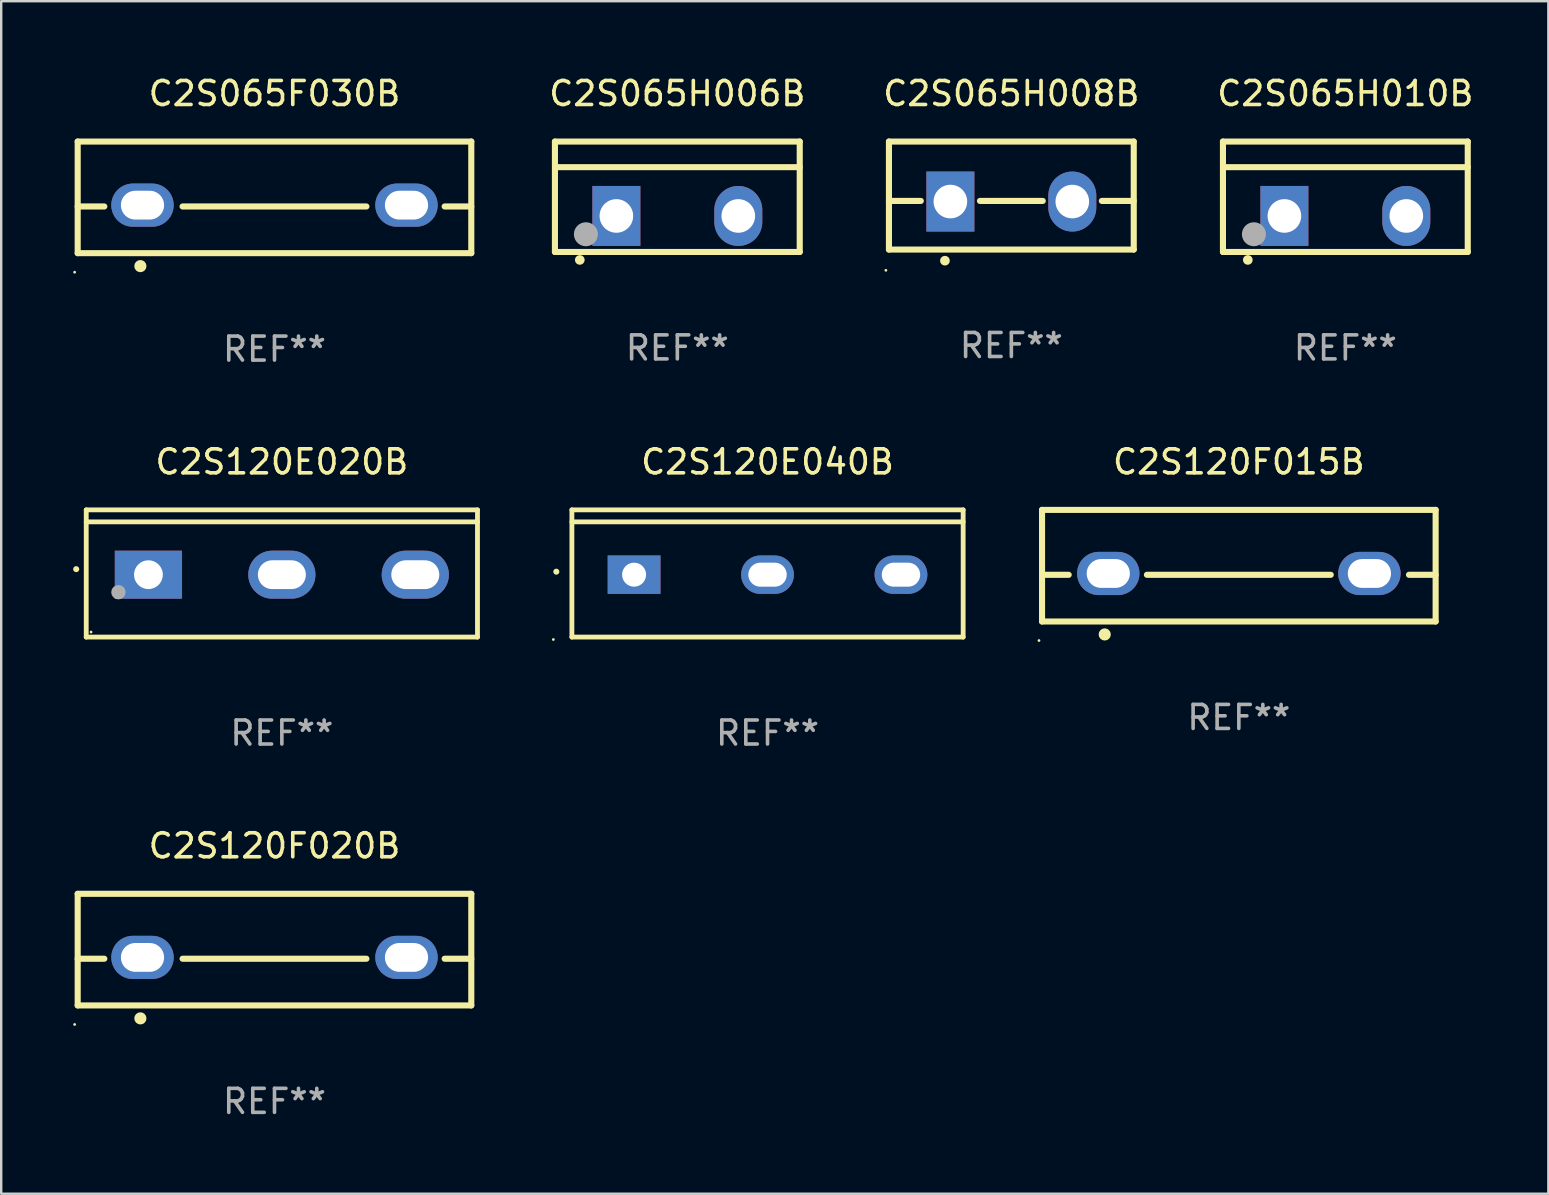
<source format=kicad_pcb>
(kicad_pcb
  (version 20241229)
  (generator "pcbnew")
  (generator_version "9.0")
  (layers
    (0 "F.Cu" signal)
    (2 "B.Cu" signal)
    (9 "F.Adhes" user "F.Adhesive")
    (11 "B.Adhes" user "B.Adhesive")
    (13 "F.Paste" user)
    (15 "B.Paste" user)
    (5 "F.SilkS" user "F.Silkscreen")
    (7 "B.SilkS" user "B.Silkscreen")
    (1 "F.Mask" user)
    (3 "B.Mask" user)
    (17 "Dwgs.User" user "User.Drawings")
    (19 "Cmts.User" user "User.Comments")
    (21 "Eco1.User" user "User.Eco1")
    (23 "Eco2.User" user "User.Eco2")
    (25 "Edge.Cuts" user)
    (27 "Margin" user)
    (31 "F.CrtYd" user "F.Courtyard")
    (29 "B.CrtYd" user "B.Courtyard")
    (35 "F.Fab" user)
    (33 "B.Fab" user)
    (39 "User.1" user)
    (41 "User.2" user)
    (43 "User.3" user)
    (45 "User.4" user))
  (footprint "C2S120E020B"
    (layer "F.Cu")
    (at 8.694 20.845)
    (property "Reference" "C2S120E020B" (at 0 -4.65 0) (layer "F.SilkS") (effects (font (size 1 1) (thickness 0.15))))
    (attr through_hole)
    (fp_line (start -8.151 -2.65) (end -8.151 2.65) (stroke (width 0.201) (type solid)) (layer "F.SilkS"))
    (fp_line (start 8.151 -2.65) (end -8.151 -2.65) (stroke (width 0.201) (type solid)) (layer "F.SilkS"))
    (fp_line (start 8.151 -2.15) (end -8.151 -2.15) (stroke (width 0.201) (type solid)) (layer "F.SilkS"))
    (fp_line (start 8.151 2.65) (end -8.151 2.65) (stroke (width 0.201) (type solid)) (layer "F.SilkS"))
    (fp_line (start 8.151 2.65) (end 8.151 -2.65) (stroke (width 0.201) (type solid)) (layer "F.SilkS"))
    (fp_arc (start -8.570003 -0.18048) (mid -8.568733 -0.180486) (end -8.567463 -0.18048) (stroke (width 0.24892) (type solid)) (layer "F.SilkS"))
    (fp_circle (center -7.95 2.44) (end -7.92 2.44) (stroke (width 0.06) (type solid)) (fill no) (layer "F.SilkS"))
    (fp_circle (center -6.81 0.78) (end -6.66 0.78) (stroke (width 0.3) (type solid)) (fill no) (layer "F.Fab"))
    (fp_text user "REF**" (at 0 6.65 0) (layer "F.Fab") (effects (font (size 1 1) (thickness 0.15))))
    (pad "1" thru_hole rect (at -5.56 0.05 90) (size 2 2.8) (drill 1.2) (layers "*.Cu" "*.Mask"))
    (pad "2" thru_hole oval (at 0 0.05 90) (size 2 2.8) (drill oval 1.2 2) (layers "*.Cu" "*.Mask"))
    (pad "3" thru_hole oval (at 5.56 0.05 90) (size 2 2.8) (drill oval 1.2 2) (layers "*.Cu" "*.Mask")))
  (footprint "C2S120E040B"
    (layer "F.Cu")
    (at 28.93 20.845)
    (property "Reference" "C2S120E040B" (at 0 -4.65 0) (layer "F.SilkS") (effects (font (size 1 1) (thickness 0.15))))
    (attr through_hole)
    (fp_line (start -8.151 -2.65) (end -8.151 2.65) (stroke (width 0.201) (type solid)) (layer "F.SilkS"))
    (fp_line (start 8.151 -2.65) (end -8.151 -2.65) (stroke (width 0.201) (type solid)) (layer "F.SilkS"))
    (fp_line (start 8.151 -2.15) (end -8.151 -2.15) (stroke (width 0.201) (type solid)) (layer "F.SilkS"))
    (fp_line (start 8.151 2.65) (end -8.151 2.65) (stroke (width 0.201) (type solid)) (layer "F.SilkS"))
    (fp_line (start 8.151 2.65) (end 8.151 -2.65) (stroke (width 0.201) (type solid)) (layer "F.SilkS"))
    (fp_arc (start -8.801118 -0.074943) (mid -8.799848 -0.074949) (end -8.798578 -0.074943) (stroke (width 0.24892) (type solid)) (layer "F.SilkS"))
    (fp_circle (center -8.924 2.751) (end -8.894 2.751) (stroke (width 0.06) (type solid)) (fill no) (layer "F.SilkS"))
    (fp_text user "REF**" (at 0 6.65 0) (layer "F.Fab") (effects (font (size 1 1) (thickness 0.15))))
    (pad "1" thru_hole rect (at -5.56 0.05 90) (size 1.6 2.2) (drill 1) (layers "*.Cu" "*.Mask"))
    (pad "2" thru_hole oval (at 0 0.05 90) (size 1.6 2.2) (drill oval 1 1.6) (layers "*.Cu" "*.Mask"))
    (pad "3" thru_hole oval (at 5.56 0.05 90) (size 1.6 2.2) (drill oval 1 1.6) (layers "*.Cu" "*.Mask")))
  (footprint "C2S065F030B"
    (layer "F.Cu")
    (at 8.387 5.173)
    (property "Reference" "C2S065F030B" (at 0 -4.325 0) (layer "F.SilkS") (effects (font (size 1 1) (thickness 0.15))))
    (attr through_hole)
    (fp_line (start -8.2 -2.325) (end -8.2 2.325) (stroke (width 0.254) (type solid)) (layer "F.SilkS"))
    (fp_line (start -8.2 -2.325) (end 8.2 -2.325) (stroke (width 0.254) (type solid)) (layer "F.SilkS"))
    (fp_line (start -8.2 0.38) (end -7.09 0.38) (stroke (width 0.254) (type solid)) (layer "F.SilkS"))
    (fp_line (start -8.2 2.325) (end 8.2 2.325) (stroke (width 0.254) (type solid)) (layer "F.SilkS"))
    (fp_line (start -3.83 0.38) (end 3.83 0.38) (stroke (width 0.254) (type solid)) (layer "F.SilkS"))
    (fp_line (start 7.09 0.38) (end 8.2 0.38) (stroke (width 0.254) (type solid)) (layer "F.SilkS"))
    (fp_line (start 8.2 -2.325) (end 8.2 2.325) (stroke (width 0.254) (type solid)) (layer "F.SilkS"))
    (fp_circle (center -8.327 3.119) (end -8.297 3.119) (stroke (width 0.06) (type solid)) (fill no) (layer "F.SilkS"))
    (fp_circle (center -5.588 2.865) (end -5.461 2.865) (stroke (width 0.254) (type solid)) (fill no) (layer "F.SilkS"))
    (fp_text user "REF**" (at 0 6.325 0) (layer "F.Fab") (effects (font (size 1 1) (thickness 0.15))))
    (pad "1" thru_hole oval (at -5.5 0.325) (size 2.6 1.8) (drill oval 1.8 1.2) (layers "*.Cu" "*.Mask"))
    (pad "3" thru_hole oval (at 5.5 0.325) (size 2.6 1.8) (drill oval 1.8 1.2) (layers "*.Cu" "*.Mask")))
  (footprint "C2S120F020B"
    (layer "F.Cu")
    (at 8.387 36.517)
    (property "Reference" "C2S120F020B" (at 0 -4.325 0) (layer "F.SilkS") (effects (font (size 1 1) (thickness 0.15))))
    (attr through_hole)
    (fp_line (start -8.2 -2.325) (end -8.2 2.325) (stroke (width 0.254) (type solid)) (layer "F.SilkS"))
    (fp_line (start -8.2 -2.325) (end 8.2 -2.325) (stroke (width 0.254) (type solid)) (layer "F.SilkS"))
    (fp_line (start -8.2 0.38) (end -7.09 0.38) (stroke (width 0.254) (type solid)) (layer "F.SilkS"))
    (fp_line (start -8.2 2.325) (end 8.2 2.325) (stroke (width 0.254) (type solid)) (layer "F.SilkS"))
    (fp_line (start -3.83 0.38) (end 3.83 0.38) (stroke (width 0.254) (type solid)) (layer "F.SilkS"))
    (fp_line (start 7.09 0.38) (end 8.2 0.38) (stroke (width 0.254) (type solid)) (layer "F.SilkS"))
    (fp_line (start 8.2 -2.325) (end 8.2 2.325) (stroke (width 0.254) (type solid)) (layer "F.SilkS"))
    (fp_circle (center -8.327 3.119) (end -8.297 3.119) (stroke (width 0.06) (type solid)) (fill no) (layer "F.SilkS"))
    (fp_circle (center -5.588 2.865) (end -5.461 2.865) (stroke (width 0.254) (type solid)) (fill no) (layer "F.SilkS"))
    (fp_text user "REF**" (at 0 6.325 0) (layer "F.Fab") (effects (font (size 1 1) (thickness 0.15))))
    (pad "1" thru_hole oval (at -5.5 0.325) (size 2.6 1.8) (drill oval 1.8 1.2) (layers "*.Cu" "*.Mask"))
    (pad "3" thru_hole oval (at 5.5 0.325) (size 2.6 1.8) (drill oval 1.8 1.2) (layers "*.Cu" "*.Mask")))
  (footprint "C2S065H010B"
    (layer "F.Cu")
    (at 53.006 5.148)
    (property "Reference" "C2S065H010B" (at 0 -4.3 0) (layer "F.SilkS") (effects (font (size 1 1) (thickness 0.15))))
    (attr through_hole)
    (fp_line (start -5.1 -2.3) (end -5.1 2.3) (stroke (width 0.254) (type solid)) (layer "F.SilkS"))
    (fp_line (start -5.1 2.3) (end 5.1 2.3) (stroke (width 0.254) (type solid)) (layer "F.SilkS"))
    (fp_line (start -5.08 -1.232) (end 5.1 -1.232) (stroke (width 0.254) (type solid)) (layer "F.SilkS"))
    (fp_line (start 5.1 -2.3) (end -5.1 -2.3) (stroke (width 0.254) (type solid)) (layer "F.SilkS"))
    (fp_line (start 5.1 -2.3) (end 5.1 2.3) (stroke (width 0.254) (type solid)) (layer "F.SilkS"))
    (fp_arc (start -4.065278 2.632004) (mid -4.064008 2.632) (end -4.062738 2.632004) (stroke (width 0.4) (type solid)) (layer "F.SilkS"))
    (fp_circle (center -5.1 2.32) (end -5.07 2.32) (stroke (width 0.06) (type solid)) (fill no) (layer "F.SilkS"))
    (fp_circle (center -3.81 1.562) (end -3.56 1.562) (stroke (width 0.5) (type solid)) (fill no) (layer "F.Fab"))
    (fp_text user "REF**" (at 0 6.3 0) (layer "F.Fab") (effects (font (size 1 1) (thickness 0.15))))
    (pad "1" thru_hole rect (at -2.54 0.8) (size 2 2.5) (drill 1.4) (layers "*.Cu" "*.Mask"))
    (pad "2" thru_hole oval (at 2.54 0.8) (size 2 2.5) (drill 1.4) (layers "*.Cu" "*.Mask")))
  (footprint "C2S065H006B"
    (layer "F.Cu")
    (at 25.172 5.148)
    (property "Reference" "C2S065H006B" (at 0 -4.3 0) (layer "F.SilkS") (effects (font (size 1 1) (thickness 0.15))))
    (attr through_hole)
    (fp_line (start -5.1 -2.3) (end -5.1 2.3) (stroke (width 0.254) (type solid)) (layer "F.SilkS"))
    (fp_line (start -5.1 2.3) (end 5.1 2.3) (stroke (width 0.254) (type solid)) (layer "F.SilkS"))
    (fp_line (start -5.08 -1.232) (end 5.1 -1.232) (stroke (width 0.254) (type solid)) (layer "F.SilkS"))
    (fp_line (start 5.1 -2.3) (end -5.1 -2.3) (stroke (width 0.254) (type solid)) (layer "F.SilkS"))
    (fp_line (start 5.1 -2.3) (end 5.1 2.3) (stroke (width 0.254) (type solid)) (layer "F.SilkS"))
    (fp_arc (start -4.065278 2.632004) (mid -4.064008 2.632) (end -4.062738 2.632004) (stroke (width 0.4) (type solid)) (layer "F.SilkS"))
    (fp_circle (center -5.1 2.32) (end -5.07 2.32) (stroke (width 0.06) (type solid)) (fill no) (layer "F.SilkS"))
    (fp_circle (center -3.81 1.562) (end -3.56 1.562) (stroke (width 0.5) (type solid)) (fill no) (layer "F.Fab"))
    (fp_text user "REF**" (at 0 6.3 0) (layer "F.Fab") (effects (font (size 1 1) (thickness 0.15))))
    (pad "1" thru_hole rect (at -2.54 0.8) (size 2 2.5) (drill 1.4) (layers "*.Cu" "*.Mask"))
    (pad "2" thru_hole oval (at 2.54 0.8) (size 2 2.5) (drill 1.4) (layers "*.Cu" "*.Mask")))
  (footprint "C2S065H008B"
    (layer "F.Cu")
    (at 39.089 5.098)
    (property "Reference" "C2S065H008B" (at 0 -4.25 0) (layer "F.SilkS") (effects (font (size 1 1) (thickness 0.15))))
    (attr through_hole)
    (fp_line (start -5.1 -2.25) (end -5.1 2.25) (stroke (width 0.254) (type solid)) (layer "F.SilkS"))
    (fp_line (start -5.1 0.224) (end -3.772 0.224) (stroke (width 0.254) (type solid)) (layer "F.SilkS"))
    (fp_line (start -5.1 2.25) (end 5.1 2.25) (stroke (width 0.254) (type solid)) (layer "F.SilkS"))
    (fp_line (start -1.308 0.224) (end 1.309 0.224) (stroke (width 0.254) (type solid)) (layer "F.SilkS"))
    (fp_line (start 3.771 0.224) (end 5.1 0.224) (stroke (width 0.254) (type solid)) (layer "F.SilkS"))
    (fp_line (start 5.1 -2.25) (end -5.1 -2.25) (stroke (width 0.254) (type solid)) (layer "F.SilkS"))
    (fp_line (start 5.1 -2.25) (end 5.1 2.25) (stroke (width 0.254) (type solid)) (layer "F.SilkS"))
    (fp_arc (start -2.768606 2.713805) (mid -2.767336 2.713801) (end -2.766066 2.713805) (stroke (width 0.4) (type solid)) (layer "F.SilkS"))
    (fp_circle (center -5.227 3.114) (end -5.197 3.114) (stroke (width 0.06) (type solid)) (fill no) (layer "F.SilkS"))
    (fp_text user "REF**" (at 0 6.25 0) (layer "F.Fab") (effects (font (size 1 1) (thickness 0.15))))
    (pad "1" thru_hole rect (at -2.54 0.25) (size 2 2.5) (drill 1.4) (layers "*.Cu" "*.Mask"))
    (pad "3" thru_hole oval (at 2.54 0.25) (size 2 2.5) (drill 1.4) (layers "*.Cu" "*.Mask")))
  (footprint "C2S120F015B"
    (layer "F.Cu")
    (at 48.568 20.52)
    (property "Reference" "C2S120F015B" (at 0 -4.325 0) (layer "F.SilkS") (effects (font (size 1 1) (thickness 0.15))))
    (attr through_hole)
    (fp_line (start -8.2 -2.325) (end -8.2 2.325) (stroke (width 0.254) (type solid)) (layer "F.SilkS"))
    (fp_line (start -8.2 -2.325) (end 8.2 -2.325) (stroke (width 0.254) (type solid)) (layer "F.SilkS"))
    (fp_line (start -8.2 0.38) (end -7.09 0.38) (stroke (width 0.254) (type solid)) (layer "F.SilkS"))
    (fp_line (start -8.2 2.325) (end 8.2 2.325) (stroke (width 0.254) (type solid)) (layer "F.SilkS"))
    (fp_line (start -3.83 0.38) (end 3.83 0.38) (stroke (width 0.254) (type solid)) (layer "F.SilkS"))
    (fp_line (start 7.09 0.38) (end 8.2 0.38) (stroke (width 0.254) (type solid)) (layer "F.SilkS"))
    (fp_line (start 8.2 -2.325) (end 8.2 2.325) (stroke (width 0.254) (type solid)) (layer "F.SilkS"))
    (fp_circle (center -8.327 3.119) (end -8.297 3.119) (stroke (width 0.06) (type solid)) (fill no) (layer "F.SilkS"))
    (fp_circle (center -5.588 2.865) (end -5.461 2.865) (stroke (width 0.254) (type solid)) (fill no) (layer "F.SilkS"))
    (fp_text user "REF**" (at 0 6.325 0) (layer "F.Fab") (effects (font (size 1 1) (thickness 0.15))))
    (pad "1" thru_hole oval (at -5.44 0.325) (size 2.6 1.8) (drill oval 1.8 1.2) (layers "*.Cu" "*.Mask"))
    (pad "2" thru_hole oval (at 5.44 0.325) (size 2.6 1.8) (drill oval 1.8 1.2) (layers "*.Cu" "*.Mask")))
  (gr_rect
    (start -3 -3)
    (end 61.464 46.69)
    (stroke (width 0.1) (type default))
    (fill no)
    (layer "Edge.Cuts")))
</source>
